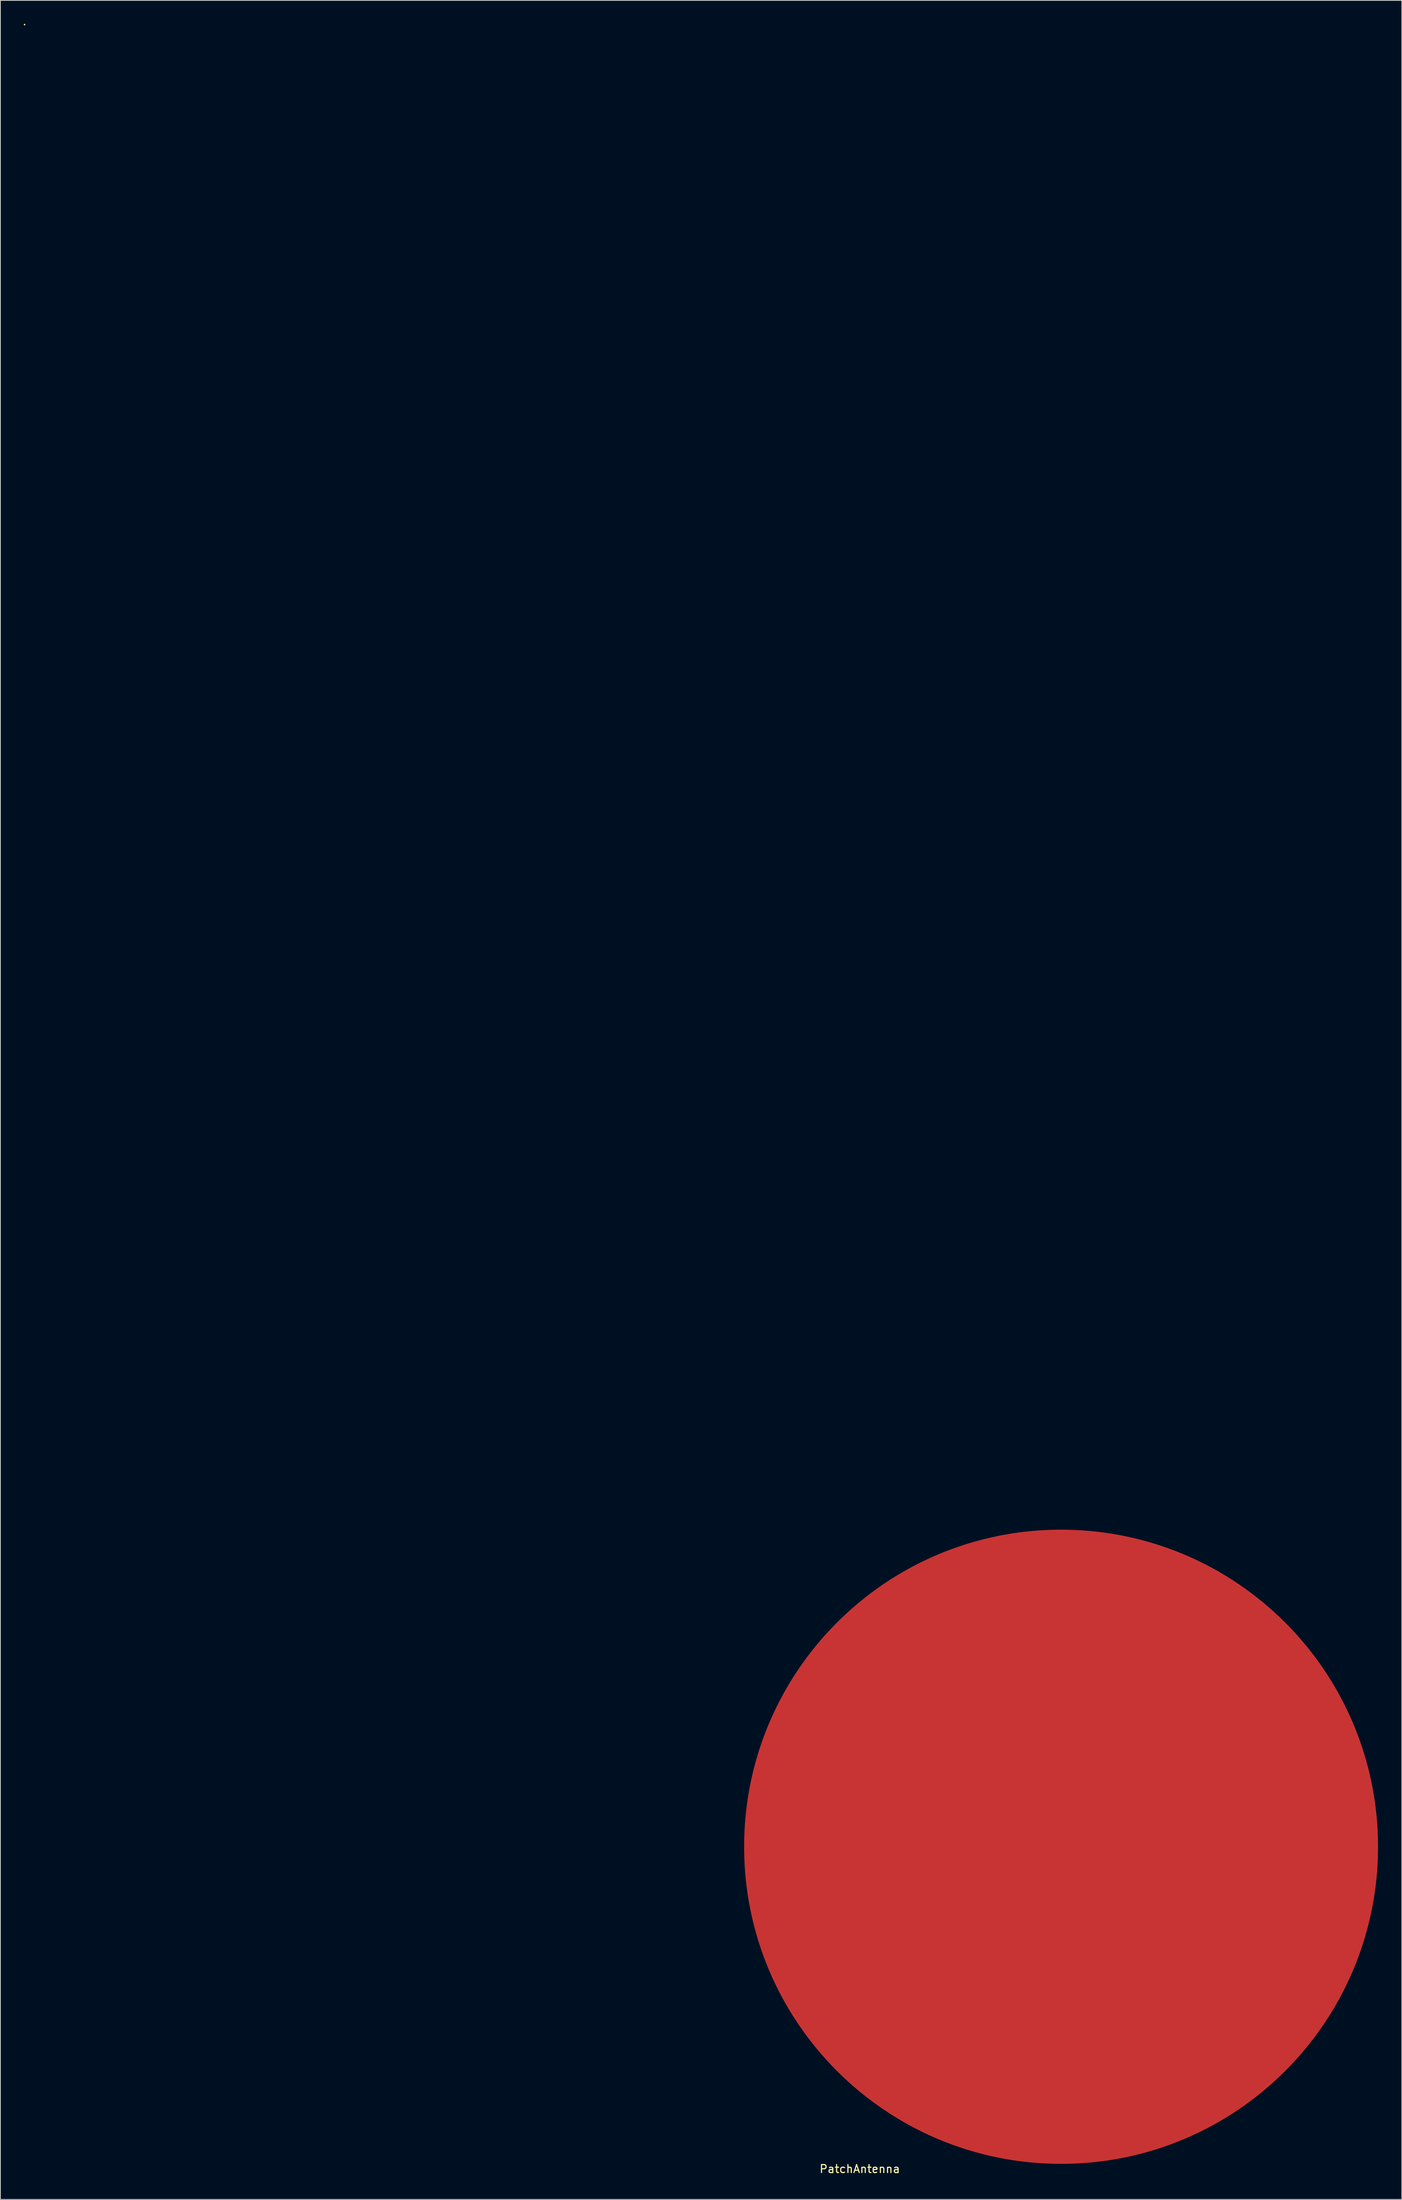
<source format=kicad_pcb>
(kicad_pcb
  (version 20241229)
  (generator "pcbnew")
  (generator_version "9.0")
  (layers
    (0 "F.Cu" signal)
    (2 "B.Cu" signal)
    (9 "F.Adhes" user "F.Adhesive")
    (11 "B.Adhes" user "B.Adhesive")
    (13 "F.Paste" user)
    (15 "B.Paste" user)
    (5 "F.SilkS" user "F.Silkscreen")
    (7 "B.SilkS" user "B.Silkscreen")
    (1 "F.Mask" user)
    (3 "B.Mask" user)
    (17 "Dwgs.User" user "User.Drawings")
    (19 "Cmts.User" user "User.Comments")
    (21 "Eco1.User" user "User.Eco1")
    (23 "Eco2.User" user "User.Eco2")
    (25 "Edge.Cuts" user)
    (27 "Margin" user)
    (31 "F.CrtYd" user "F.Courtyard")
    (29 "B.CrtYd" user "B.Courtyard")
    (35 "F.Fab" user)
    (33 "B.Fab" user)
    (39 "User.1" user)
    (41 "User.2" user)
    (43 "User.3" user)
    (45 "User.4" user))
  (footprint "PatchAntenna"
    (layer "F.Cu")
    (at 130.86 229.92)
    (property "Reference" "PatchAntenna" (at -25.4 40.64 0) (layer "F.SilkS") (effects (font (size 1 1) (thickness 0.15))))
    (attr through_hole)
    (fp_circle (center -130.81 -229.87) (end -130.81 -229.87) (stroke (width 0.1) (type solid)) (fill no) (layer "F.SilkS"))
    (pad "2" smd circle (at 0 0) (size 80 80) (layers "F.Cu" "F.Mask" "F.Paste")))
  (gr_rect
    (start -3 -3)
    (end 173.86 274.408)
    (stroke (width 0.1) (type default))
    (fill no)
    (layer "Edge.Cuts")))
</source>
